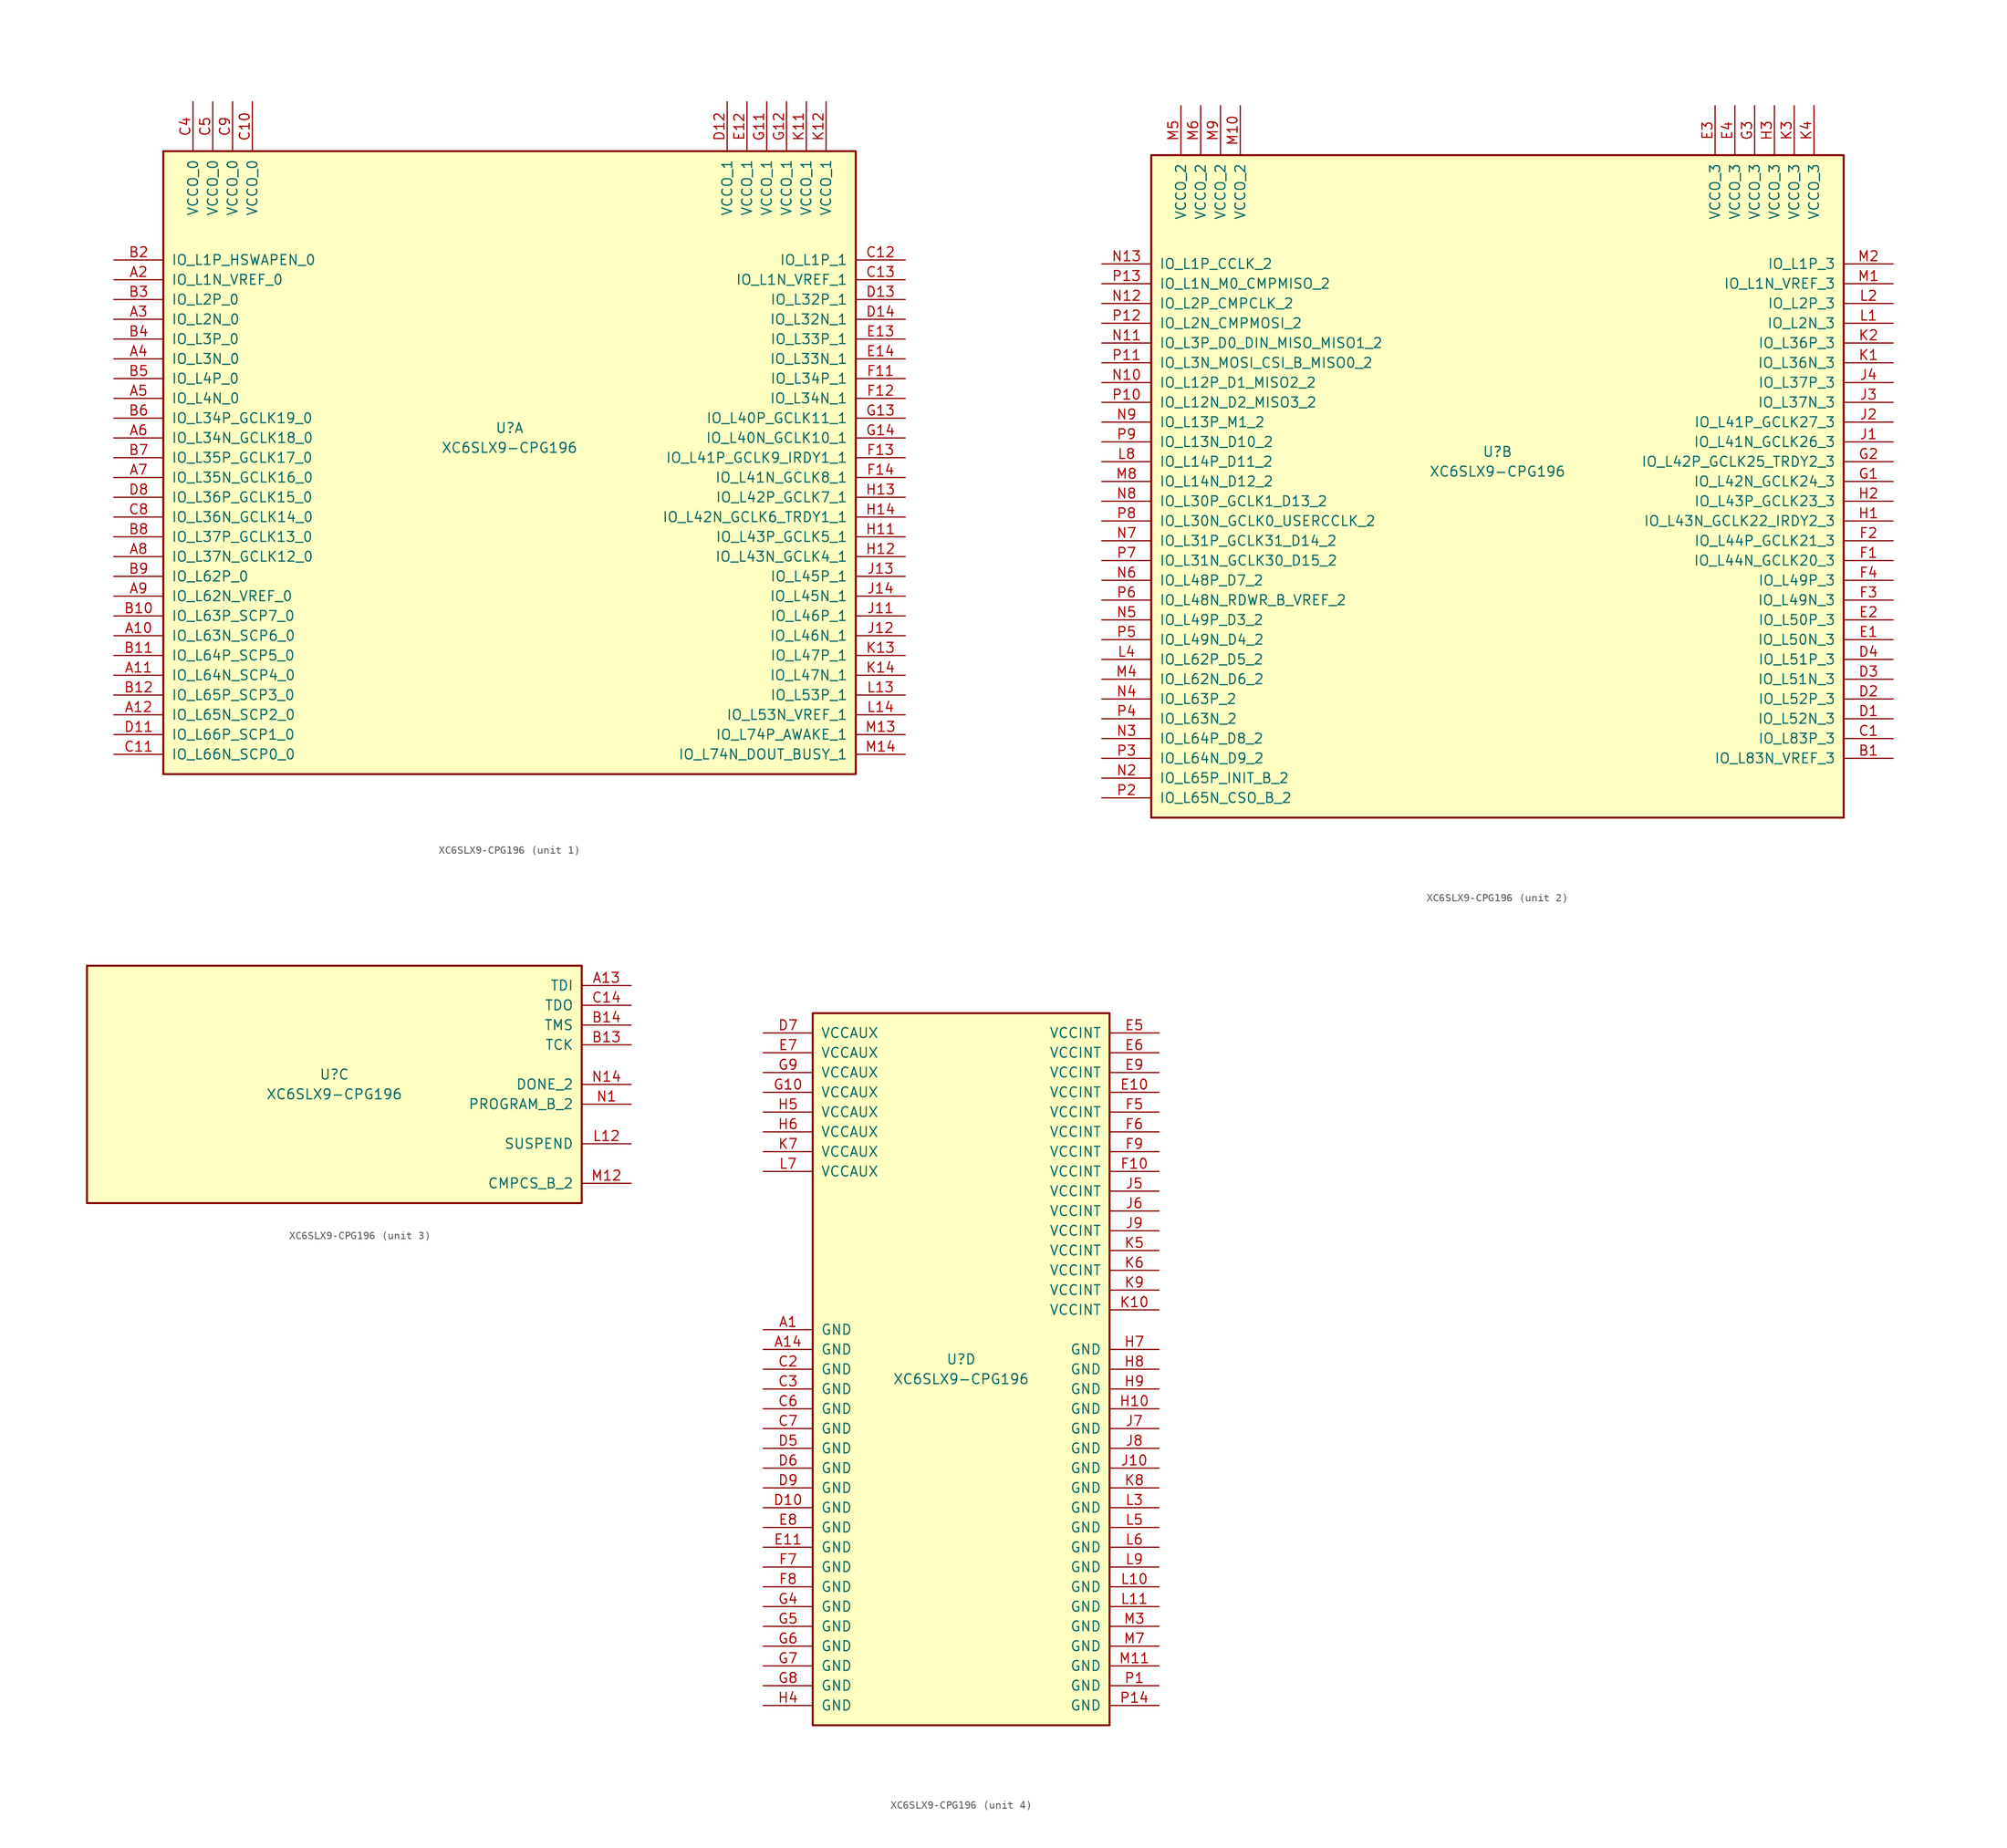
<source format=kicad_sym>
(kicad_symbol_lib
  (version 20201005)
  (generator kicad_symbol_editor)
  (symbol "XC6SLX9-CPG196"
    (pin_names
      (offset 1.016))
    (property "Reference" "U"
      (at 0 1.27 0)
      (effects (font (size 1.27 1.27))))
    (property "Value" "XC6SLX9-CPG196"
      (at 0 -1.27 0)
      (effects (font (size 1.27 1.27))))
    (property "Datasheet" ""
      (at 0 0 0)
      (effects (font (size 1.27 1.27))))
    (property "ki_locked" ""
      (at 0 0 0)
      (effects (font (size 1.27 1.27))))
    (symbol "XC6SLX9-CPG196_1_1"
      (rectangle (start -44.45 36.83) (end 44.45 -43.18) (stroke (width 0.254)) (fill (type background)))
      (pin bidirectional line (at -50.8 -25.4 0) (length 6.35) (name "IO_L63N_SCP6_0" (effects (font (size 1.27 1.27)))) (number "A10" (effects (font (size 1.27 1.27)))))
      (pin bidirectional line (at -50.8 -30.48 0) (length 6.35) (name "IO_L64N_SCP4_0" (effects (font (size 1.27 1.27)))) (number "A11" (effects (font (size 1.27 1.27)))))
      (pin bidirectional line (at -50.8 -35.56 0) (length 6.35) (name "IO_L65N_SCP2_0" (effects (font (size 1.27 1.27)))) (number "A12" (effects (font (size 1.27 1.27)))))
      (pin bidirectional line (at -50.8 20.32 0) (length 6.35) (name "IO_L1N_VREF_0" (effects (font (size 1.27 1.27)))) (number "A2" (effects (font (size 1.27 1.27)))))
      (pin bidirectional line (at -50.8 15.24 0) (length 6.35) (name "IO_L2N_0" (effects (font (size 1.27 1.27)))) (number "A3" (effects (font (size 1.27 1.27)))))
      (pin bidirectional line (at -50.8 10.16 0) (length 6.35) (name "IO_L3N_0" (effects (font (size 1.27 1.27)))) (number "A4" (effects (font (size 1.27 1.27)))))
      (pin bidirectional line (at -50.8 5.08 0) (length 6.35) (name "IO_L4N_0" (effects (font (size 1.27 1.27)))) (number "A5" (effects (font (size 1.27 1.27)))))
      (pin bidirectional line (at -50.8 0 0) (length 6.35) (name "IO_L34N_GCLK18_0" (effects (font (size 1.27 1.27)))) (number "A6" (effects (font (size 1.27 1.27)))))
      (pin bidirectional line (at -50.8 -5.08 0) (length 6.35) (name "IO_L35N_GCLK16_0" (effects (font (size 1.27 1.27)))) (number "A7" (effects (font (size 1.27 1.27)))))
      (pin bidirectional line (at -50.8 -15.24 0) (length 6.35) (name "IO_L37N_GCLK12_0" (effects (font (size 1.27 1.27)))) (number "A8" (effects (font (size 1.27 1.27)))))
      (pin bidirectional line (at -50.8 -20.32 0) (length 6.35) (name "IO_L62N_VREF_0" (effects (font (size 1.27 1.27)))) (number "A9" (effects (font (size 1.27 1.27)))))
      (pin bidirectional line (at -50.8 -22.86 0) (length 6.35) (name "IO_L63P_SCP7_0" (effects (font (size 1.27 1.27)))) (number "B10" (effects (font (size 1.27 1.27)))))
      (pin bidirectional line (at -50.8 -27.94 0) (length 6.35) (name "IO_L64P_SCP5_0" (effects (font (size 1.27 1.27)))) (number "B11" (effects (font (size 1.27 1.27)))))
      (pin bidirectional line (at -50.8 -33.02 0) (length 6.35) (name "IO_L65P_SCP3_0" (effects (font (size 1.27 1.27)))) (number "B12" (effects (font (size 1.27 1.27)))))
      (pin bidirectional line (at -50.8 22.86 0) (length 6.35) (name "IO_L1P_HSWAPEN_0" (effects (font (size 1.27 1.27)))) (number "B2" (effects (font (size 1.27 1.27)))))
      (pin bidirectional line (at -50.8 17.78 0) (length 6.35) (name "IO_L2P_0" (effects (font (size 1.27 1.27)))) (number "B3" (effects (font (size 1.27 1.27)))))
      (pin bidirectional line (at -50.8 12.7 0) (length 6.35) (name "IO_L3P_0" (effects (font (size 1.27 1.27)))) (number "B4" (effects (font (size 1.27 1.27)))))
      (pin bidirectional line (at -50.8 7.62 0) (length 6.35) (name "IO_L4P_0" (effects (font (size 1.27 1.27)))) (number "B5" (effects (font (size 1.27 1.27)))))
      (pin bidirectional line (at -50.8 2.54 0) (length 6.35) (name "IO_L34P_GCLK19_0" (effects (font (size 1.27 1.27)))) (number "B6" (effects (font (size 1.27 1.27)))))
      (pin bidirectional line (at -50.8 -2.54 0) (length 6.35) (name "IO_L35P_GCLK17_0" (effects (font (size 1.27 1.27)))) (number "B7" (effects (font (size 1.27 1.27)))))
      (pin bidirectional line (at -50.8 -12.7 0) (length 6.35) (name "IO_L37P_GCLK13_0" (effects (font (size 1.27 1.27)))) (number "B8" (effects (font (size 1.27 1.27)))))
      (pin bidirectional line (at -50.8 -17.78 0) (length 6.35) (name "IO_L62P_0" (effects (font (size 1.27 1.27)))) (number "B9" (effects (font (size 1.27 1.27)))))
      (pin power_in line (at -33.02 43.18 270) (length 6.35) (name "VCCO_0" (effects (font (size 1.27 1.27)))) (number "C10" (effects (font (size 1.27 1.27)))))
      (pin bidirectional line (at -50.8 -40.64 0) (length 6.35) (name "IO_L66N_SCP0_0" (effects (font (size 1.27 1.27)))) (number "C11" (effects (font (size 1.27 1.27)))))
      (pin bidirectional line (at 50.8 22.86 180) (length 6.35) (name "IO_L1P_1" (effects (font (size 1.27 1.27)))) (number "C12" (effects (font (size 1.27 1.27)))))
      (pin bidirectional line (at 50.8 20.32 180) (length 6.35) (name "IO_L1N_VREF_1" (effects (font (size 1.27 1.27)))) (number "C13" (effects (font (size 1.27 1.27)))))
      (pin power_in line (at -40.64 43.18 270) (length 6.35) (name "VCCO_0" (effects (font (size 1.27 1.27)))) (number "C4" (effects (font (size 1.27 1.27)))))
      (pin power_in line (at -38.1 43.18 270) (length 6.35) (name "VCCO_0" (effects (font (size 1.27 1.27)))) (number "C5" (effects (font (size 1.27 1.27)))))
      (pin bidirectional line (at -50.8 -10.16 0) (length 6.35) (name "IO_L36N_GCLK14_0" (effects (font (size 1.27 1.27)))) (number "C8" (effects (font (size 1.27 1.27)))))
      (pin power_in line (at -35.56 43.18 270) (length 6.35) (name "VCCO_0" (effects (font (size 1.27 1.27)))) (number "C9" (effects (font (size 1.27 1.27)))))
      (pin bidirectional line (at -50.8 -38.1 0) (length 6.35) (name "IO_L66P_SCP1_0" (effects (font (size 1.27 1.27)))) (number "D11" (effects (font (size 1.27 1.27)))))
      (pin power_in line (at 27.94 43.18 270) (length 6.35) (name "VCCO_1" (effects (font (size 1.27 1.27)))) (number "D12" (effects (font (size 1.27 1.27)))))
      (pin bidirectional line (at 50.8 17.78 180) (length 6.35) (name "IO_L32P_1" (effects (font (size 1.27 1.27)))) (number "D13" (effects (font (size 1.27 1.27)))))
      (pin bidirectional line (at 50.8 15.24 180) (length 6.35) (name "IO_L32N_1" (effects (font (size 1.27 1.27)))) (number "D14" (effects (font (size 1.27 1.27)))))
      (pin bidirectional line (at -50.8 -7.62 0) (length 6.35) (name "IO_L36P_GCLK15_0" (effects (font (size 1.27 1.27)))) (number "D8" (effects (font (size 1.27 1.27)))))
      (pin power_in line (at 30.48 43.18 270) (length 6.35) (name "VCCO_1" (effects (font (size 1.27 1.27)))) (number "E12" (effects (font (size 1.27 1.27)))))
      (pin bidirectional line (at 50.8 12.7 180) (length 6.35) (name "IO_L33P_1" (effects (font (size 1.27 1.27)))) (number "E13" (effects (font (size 1.27 1.27)))))
      (pin bidirectional line (at 50.8 10.16 180) (length 6.35) (name "IO_L33N_1" (effects (font (size 1.27 1.27)))) (number "E14" (effects (font (size 1.27 1.27)))))
      (pin bidirectional line (at 50.8 7.62 180) (length 6.35) (name "IO_L34P_1" (effects (font (size 1.27 1.27)))) (number "F11" (effects (font (size 1.27 1.27)))))
      (pin bidirectional line (at 50.8 5.08 180) (length 6.35) (name "IO_L34N_1" (effects (font (size 1.27 1.27)))) (number "F12" (effects (font (size 1.27 1.27)))))
      (pin bidirectional line (at 50.8 -2.54 180) (length 6.35) (name "IO_L41P_GCLK9_IRDY1_1" (effects (font (size 1.27 1.27)))) (number "F13" (effects (font (size 1.27 1.27)))))
      (pin bidirectional line (at 50.8 -5.08 180) (length 6.35) (name "IO_L41N_GCLK8_1" (effects (font (size 1.27 1.27)))) (number "F14" (effects (font (size 1.27 1.27)))))
      (pin power_in line (at 33.02 43.18 270) (length 6.35) (name "VCCO_1" (effects (font (size 1.27 1.27)))) (number "G11" (effects (font (size 1.27 1.27)))))
      (pin power_in line (at 35.56 43.18 270) (length 6.35) (name "VCCO_1" (effects (font (size 1.27 1.27)))) (number "G12" (effects (font (size 1.27 1.27)))))
      (pin bidirectional line (at 50.8 2.54 180) (length 6.35) (name "IO_L40P_GCLK11_1" (effects (font (size 1.27 1.27)))) (number "G13" (effects (font (size 1.27 1.27)))))
      (pin bidirectional line (at 50.8 0 180) (length 6.35) (name "IO_L40N_GCLK10_1" (effects (font (size 1.27 1.27)))) (number "G14" (effects (font (size 1.27 1.27)))))
      (pin bidirectional line (at 50.8 -12.7 180) (length 6.35) (name "IO_L43P_GCLK5_1" (effects (font (size 1.27 1.27)))) (number "H11" (effects (font (size 1.27 1.27)))))
      (pin bidirectional line (at 50.8 -15.24 180) (length 6.35) (name "IO_L43N_GCLK4_1" (effects (font (size 1.27 1.27)))) (number "H12" (effects (font (size 1.27 1.27)))))
      (pin bidirectional line (at 50.8 -7.62 180) (length 6.35) (name "IO_L42P_GCLK7_1" (effects (font (size 1.27 1.27)))) (number "H13" (effects (font (size 1.27 1.27)))))
      (pin bidirectional line (at 50.8 -10.16 180) (length 6.35) (name "IO_L42N_GCLK6_TRDY1_1" (effects (font (size 1.27 1.27)))) (number "H14" (effects (font (size 1.27 1.27)))))
      (pin bidirectional line (at 50.8 -22.86 180) (length 6.35) (name "IO_L46P_1" (effects (font (size 1.27 1.27)))) (number "J11" (effects (font (size 1.27 1.27)))))
      (pin bidirectional line (at 50.8 -25.4 180) (length 6.35) (name "IO_L46N_1" (effects (font (size 1.27 1.27)))) (number "J12" (effects (font (size 1.27 1.27)))))
      (pin bidirectional line (at 50.8 -17.78 180) (length 6.35) (name "IO_L45P_1" (effects (font (size 1.27 1.27)))) (number "J13" (effects (font (size 1.27 1.27)))))
      (pin bidirectional line (at 50.8 -20.32 180) (length 6.35) (name "IO_L45N_1" (effects (font (size 1.27 1.27)))) (number "J14" (effects (font (size 1.27 1.27)))))
      (pin power_in line (at 38.1 43.18 270) (length 6.35) (name "VCCO_1" (effects (font (size 1.27 1.27)))) (number "K11" (effects (font (size 1.27 1.27)))))
      (pin power_in line (at 40.64 43.18 270) (length 6.35) (name "VCCO_1" (effects (font (size 1.27 1.27)))) (number "K12" (effects (font (size 1.27 1.27)))))
      (pin bidirectional line (at 50.8 -27.94 180) (length 6.35) (name "IO_L47P_1" (effects (font (size 1.27 1.27)))) (number "K13" (effects (font (size 1.27 1.27)))))
      (pin bidirectional line (at 50.8 -30.48 180) (length 6.35) (name "IO_L47N_1" (effects (font (size 1.27 1.27)))) (number "K14" (effects (font (size 1.27 1.27)))))
      (pin bidirectional line (at 50.8 -33.02 180) (length 6.35) (name "IO_L53P_1" (effects (font (size 1.27 1.27)))) (number "L13" (effects (font (size 1.27 1.27)))))
      (pin bidirectional line (at 50.8 -35.56 180) (length 6.35) (name "IO_L53N_VREF_1" (effects (font (size 1.27 1.27)))) (number "L14" (effects (font (size 1.27 1.27)))))
      (pin bidirectional line (at 50.8 -38.1 180) (length 6.35) (name "IO_L74P_AWAKE_1" (effects (font (size 1.27 1.27)))) (number "M13" (effects (font (size 1.27 1.27)))))
      (pin bidirectional line (at 50.8 -40.64 180) (length 6.35) (name "IO_L74N_DOUT_BUSY_1" (effects (font (size 1.27 1.27)))) (number "M14" (effects (font (size 1.27 1.27))))))
    (symbol "XC6SLX9-CPG196_2_1"
      (rectangle (start -44.45 39.37) (end 44.45 -45.72) (stroke (width 0.254)) (fill (type background)))
      (pin bidirectional line (at 50.8 -38.1 180) (length 6.35) (name "IO_L83N_VREF_3" (effects (font (size 1.27 1.27)))) (number "B1" (effects (font (size 1.27 1.27)))))
      (pin bidirectional line (at 50.8 -35.56 180) (length 6.35) (name "IO_L83P_3" (effects (font (size 1.27 1.27)))) (number "C1" (effects (font (size 1.27 1.27)))))
      (pin bidirectional line (at 50.8 -33.02 180) (length 6.35) (name "IO_L52N_3" (effects (font (size 1.27 1.27)))) (number "D1" (effects (font (size 1.27 1.27)))))
      (pin bidirectional line (at 50.8 -30.48 180) (length 6.35) (name "IO_L52P_3" (effects (font (size 1.27 1.27)))) (number "D2" (effects (font (size 1.27 1.27)))))
      (pin bidirectional line (at 50.8 -27.94 180) (length 6.35) (name "IO_L51N_3" (effects (font (size 1.27 1.27)))) (number "D3" (effects (font (size 1.27 1.27)))))
      (pin bidirectional line (at 50.8 -25.4 180) (length 6.35) (name "IO_L51P_3" (effects (font (size 1.27 1.27)))) (number "D4" (effects (font (size 1.27 1.27)))))
      (pin bidirectional line (at 50.8 -22.86 180) (length 6.35) (name "IO_L50N_3" (effects (font (size 1.27 1.27)))) (number "E1" (effects (font (size 1.27 1.27)))))
      (pin bidirectional line (at 50.8 -20.32 180) (length 6.35) (name "IO_L50P_3" (effects (font (size 1.27 1.27)))) (number "E2" (effects (font (size 1.27 1.27)))))
      (pin power_in line (at 27.94 45.72 270) (length 6.35) (name "VCCO_3" (effects (font (size 1.27 1.27)))) (number "E3" (effects (font (size 1.27 1.27)))))
      (pin power_in line (at 30.48 45.72 270) (length 6.35) (name "VCCO_3" (effects (font (size 1.27 1.27)))) (number "E4" (effects (font (size 1.27 1.27)))))
      (pin bidirectional line (at 50.8 -12.7 180) (length 6.35) (name "IO_L44N_GCLK20_3" (effects (font (size 1.27 1.27)))) (number "F1" (effects (font (size 1.27 1.27)))))
      (pin bidirectional line (at 50.8 -10.16 180) (length 6.35) (name "IO_L44P_GCLK21_3" (effects (font (size 1.27 1.27)))) (number "F2" (effects (font (size 1.27 1.27)))))
      (pin bidirectional line (at 50.8 -17.78 180) (length 6.35) (name "IO_L49N_3" (effects (font (size 1.27 1.27)))) (number "F3" (effects (font (size 1.27 1.27)))))
      (pin bidirectional line (at 50.8 -15.24 180) (length 6.35) (name "IO_L49P_3" (effects (font (size 1.27 1.27)))) (number "F4" (effects (font (size 1.27 1.27)))))
      (pin bidirectional line (at 50.8 -2.54 180) (length 6.35) (name "IO_L42N_GCLK24_3" (effects (font (size 1.27 1.27)))) (number "G1" (effects (font (size 1.27 1.27)))))
      (pin bidirectional line (at 50.8 0 180) (length 6.35) (name "IO_L42P_GCLK25_TRDY2_3" (effects (font (size 1.27 1.27)))) (number "G2" (effects (font (size 1.27 1.27)))))
      (pin power_in line (at 33.02 45.72 270) (length 6.35) (name "VCCO_3" (effects (font (size 1.27 1.27)))) (number "G3" (effects (font (size 1.27 1.27)))))
      (pin bidirectional line (at 50.8 -7.62 180) (length 6.35) (name "IO_L43N_GCLK22_IRDY2_3" (effects (font (size 1.27 1.27)))) (number "H1" (effects (font (size 1.27 1.27)))))
      (pin bidirectional line (at 50.8 -5.08 180) (length 6.35) (name "IO_L43P_GCLK23_3" (effects (font (size 1.27 1.27)))) (number "H2" (effects (font (size 1.27 1.27)))))
      (pin power_in line (at 35.56 45.72 270) (length 6.35) (name "VCCO_3" (effects (font (size 1.27 1.27)))) (number "H3" (effects (font (size 1.27 1.27)))))
      (pin bidirectional line (at 50.8 2.54 180) (length 6.35) (name "IO_L41N_GCLK26_3" (effects (font (size 1.27 1.27)))) (number "J1" (effects (font (size 1.27 1.27)))))
      (pin bidirectional line (at 50.8 5.08 180) (length 6.35) (name "IO_L41P_GCLK27_3" (effects (font (size 1.27 1.27)))) (number "J2" (effects (font (size 1.27 1.27)))))
      (pin bidirectional line (at 50.8 7.62 180) (length 6.35) (name "IO_L37N_3" (effects (font (size 1.27 1.27)))) (number "J3" (effects (font (size 1.27 1.27)))))
      (pin bidirectional line (at 50.8 10.16 180) (length 6.35) (name "IO_L37P_3" (effects (font (size 1.27 1.27)))) (number "J4" (effects (font (size 1.27 1.27)))))
      (pin bidirectional line (at 50.8 12.7 180) (length 6.35) (name "IO_L36N_3" (effects (font (size 1.27 1.27)))) (number "K1" (effects (font (size 1.27 1.27)))))
      (pin bidirectional line (at 50.8 15.24 180) (length 6.35) (name "IO_L36P_3" (effects (font (size 1.27 1.27)))) (number "K2" (effects (font (size 1.27 1.27)))))
      (pin power_in line (at 38.1 45.72 270) (length 6.35) (name "VCCO_3" (effects (font (size 1.27 1.27)))) (number "K3" (effects (font (size 1.27 1.27)))))
      (pin power_in line (at 40.64 45.72 270) (length 6.35) (name "VCCO_3" (effects (font (size 1.27 1.27)))) (number "K4" (effects (font (size 1.27 1.27)))))
      (pin bidirectional line (at 50.8 17.78 180) (length 6.35) (name "IO_L2N_3" (effects (font (size 1.27 1.27)))) (number "L1" (effects (font (size 1.27 1.27)))))
      (pin bidirectional line (at 50.8 20.32 180) (length 6.35) (name "IO_L2P_3" (effects (font (size 1.27 1.27)))) (number "L2" (effects (font (size 1.27 1.27)))))
      (pin bidirectional line (at -50.8 -25.4 0) (length 6.35) (name "IO_L62P_D5_2" (effects (font (size 1.27 1.27)))) (number "L4" (effects (font (size 1.27 1.27)))))
      (pin bidirectional line (at -50.8 0 0) (length 6.35) (name "IO_L14P_D11_2" (effects (font (size 1.27 1.27)))) (number "L8" (effects (font (size 1.27 1.27)))))
      (pin bidirectional line (at 50.8 22.86 180) (length 6.35) (name "IO_L1N_VREF_3" (effects (font (size 1.27 1.27)))) (number "M1" (effects (font (size 1.27 1.27)))))
      (pin power_in line (at -33.02 45.72 270) (length 6.35) (name "VCCO_2" (effects (font (size 1.27 1.27)))) (number "M10" (effects (font (size 1.27 1.27)))))
      (pin bidirectional line (at 50.8 25.4 180) (length 6.35) (name "IO_L1P_3" (effects (font (size 1.27 1.27)))) (number "M2" (effects (font (size 1.27 1.27)))))
      (pin bidirectional line (at -50.8 -27.94 0) (length 6.35) (name "IO_L62N_D6_2" (effects (font (size 1.27 1.27)))) (number "M4" (effects (font (size 1.27 1.27)))))
      (pin power_in line (at -40.64 45.72 270) (length 6.35) (name "VCCO_2" (effects (font (size 1.27 1.27)))) (number "M5" (effects (font (size 1.27 1.27)))))
      (pin power_in line (at -38.1 45.72 270) (length 6.35) (name "VCCO_2" (effects (font (size 1.27 1.27)))) (number "M6" (effects (font (size 1.27 1.27)))))
      (pin bidirectional line (at -50.8 -2.54 0) (length 6.35) (name "IO_L14N_D12_2" (effects (font (size 1.27 1.27)))) (number "M8" (effects (font (size 1.27 1.27)))))
      (pin power_in line (at -35.56 45.72 270) (length 6.35) (name "VCCO_2" (effects (font (size 1.27 1.27)))) (number "M9" (effects (font (size 1.27 1.27)))))
      (pin bidirectional line (at -50.8 10.16 0) (length 6.35) (name "IO_L12P_D1_MISO2_2" (effects (font (size 1.27 1.27)))) (number "N10" (effects (font (size 1.27 1.27)))))
      (pin bidirectional line (at -50.8 15.24 0) (length 6.35) (name "IO_L3P_D0_DIN_MISO_MISO1_2" (effects (font (size 1.27 1.27)))) (number "N11" (effects (font (size 1.27 1.27)))))
      (pin bidirectional line (at -50.8 20.32 0) (length 6.35) (name "IO_L2P_CMPCLK_2" (effects (font (size 1.27 1.27)))) (number "N12" (effects (font (size 1.27 1.27)))))
      (pin bidirectional line (at -50.8 25.4 0) (length 6.35) (name "IO_L1P_CCLK_2" (effects (font (size 1.27 1.27)))) (number "N13" (effects (font (size 1.27 1.27)))))
      (pin bidirectional line (at -50.8 -40.64 0) (length 6.35) (name "IO_L65P_INIT_B_2" (effects (font (size 1.27 1.27)))) (number "N2" (effects (font (size 1.27 1.27)))))
      (pin bidirectional line (at -50.8 -35.56 0) (length 6.35) (name "IO_L64P_D8_2" (effects (font (size 1.27 1.27)))) (number "N3" (effects (font (size 1.27 1.27)))))
      (pin bidirectional line (at -50.8 -30.48 0) (length 6.35) (name "IO_L63P_2" (effects (font (size 1.27 1.27)))) (number "N4" (effects (font (size 1.27 1.27)))))
      (pin bidirectional line (at -50.8 -20.32 0) (length 6.35) (name "IO_L49P_D3_2" (effects (font (size 1.27 1.27)))) (number "N5" (effects (font (size 1.27 1.27)))))
      (pin bidirectional line (at -50.8 -15.24 0) (length 6.35) (name "IO_L48P_D7_2" (effects (font (size 1.27 1.27)))) (number "N6" (effects (font (size 1.27 1.27)))))
      (pin bidirectional line (at -50.8 -10.16 0) (length 6.35) (name "IO_L31P_GCLK31_D14_2" (effects (font (size 1.27 1.27)))) (number "N7" (effects (font (size 1.27 1.27)))))
      (pin bidirectional line (at -50.8 -5.08 0) (length 6.35) (name "IO_L30P_GCLK1_D13_2" (effects (font (size 1.27 1.27)))) (number "N8" (effects (font (size 1.27 1.27)))))
      (pin bidirectional line (at -50.8 5.08 0) (length 6.35) (name "IO_L13P_M1_2" (effects (font (size 1.27 1.27)))) (number "N9" (effects (font (size 1.27 1.27)))))
      (pin bidirectional line (at -50.8 7.62 0) (length 6.35) (name "IO_L12N_D2_MISO3_2" (effects (font (size 1.27 1.27)))) (number "P10" (effects (font (size 1.27 1.27)))))
      (pin bidirectional line (at -50.8 12.7 0) (length 6.35) (name "IO_L3N_MOSI_CSI_B_MISO0_2" (effects (font (size 1.27 1.27)))) (number "P11" (effects (font (size 1.27 1.27)))))
      (pin bidirectional line (at -50.8 17.78 0) (length 6.35) (name "IO_L2N_CMPMOSI_2" (effects (font (size 1.27 1.27)))) (number "P12" (effects (font (size 1.27 1.27)))))
      (pin bidirectional line (at -50.8 22.86 0) (length 6.35) (name "IO_L1N_M0_CMPMISO_2" (effects (font (size 1.27 1.27)))) (number "P13" (effects (font (size 1.27 1.27)))))
      (pin bidirectional line (at -50.8 -43.18 0) (length 6.35) (name "IO_L65N_CSO_B_2" (effects (font (size 1.27 1.27)))) (number "P2" (effects (font (size 1.27 1.27)))))
      (pin bidirectional line (at -50.8 -38.1 0) (length 6.35) (name "IO_L64N_D9_2" (effects (font (size 1.27 1.27)))) (number "P3" (effects (font (size 1.27 1.27)))))
      (pin bidirectional line (at -50.8 -33.02 0) (length 6.35) (name "IO_L63N_2" (effects (font (size 1.27 1.27)))) (number "P4" (effects (font (size 1.27 1.27)))))
      (pin bidirectional line (at -50.8 -22.86 0) (length 6.35) (name "IO_L49N_D4_2" (effects (font (size 1.27 1.27)))) (number "P5" (effects (font (size 1.27 1.27)))))
      (pin bidirectional line (at -50.8 -17.78 0) (length 6.35) (name "IO_L48N_RDWR_B_VREF_2" (effects (font (size 1.27 1.27)))) (number "P6" (effects (font (size 1.27 1.27)))))
      (pin bidirectional line (at -50.8 -12.7 0) (length 6.35) (name "IO_L31N_GCLK30_D15_2" (effects (font (size 1.27 1.27)))) (number "P7" (effects (font (size 1.27 1.27)))))
      (pin bidirectional line (at -50.8 -7.62 0) (length 6.35) (name "IO_L30N_GCLK0_USERCCLK_2" (effects (font (size 1.27 1.27)))) (number "P8" (effects (font (size 1.27 1.27)))))
      (pin bidirectional line (at -50.8 2.54 0) (length 6.35) (name "IO_L13N_D10_2" (effects (font (size 1.27 1.27)))) (number "P9" (effects (font (size 1.27 1.27))))))
    (symbol "XC6SLX9-CPG196_3_1"
      (rectangle (start -31.75 15.24) (end 31.75 -15.24) (stroke (width 0.254)) (fill (type background)))
      (pin bidirectional line (at 38.1 12.7 180) (length 6.35) (name "TDI" (effects (font (size 1.27 1.27)))) (number "A13" (effects (font (size 1.27 1.27)))))
      (pin bidirectional line (at 38.1 5.08 180) (length 6.35) (name "TCK" (effects (font (size 1.27 1.27)))) (number "B13" (effects (font (size 1.27 1.27)))))
      (pin bidirectional line (at 38.1 7.62 180) (length 6.35) (name "TMS" (effects (font (size 1.27 1.27)))) (number "B14" (effects (font (size 1.27 1.27)))))
      (pin bidirectional line (at 38.1 10.16 180) (length 6.35) (name "TDO" (effects (font (size 1.27 1.27)))) (number "C14" (effects (font (size 1.27 1.27)))))
      (pin bidirectional line (at 38.1 -7.62 180) (length 6.35) (name "SUSPEND" (effects (font (size 1.27 1.27)))) (number "L12" (effects (font (size 1.27 1.27)))))
      (pin bidirectional line (at 38.1 -12.7 180) (length 6.35) (name "CMPCS_B_2" (effects (font (size 1.27 1.27)))) (number "M12" (effects (font (size 1.27 1.27)))))
      (pin bidirectional line (at 38.1 -2.54 180) (length 6.35) (name "PROGRAM_B_2" (effects (font (size 1.27 1.27)))) (number "N1" (effects (font (size 1.27 1.27)))))
      (pin bidirectional line (at 38.1 0 180) (length 6.35) (name "DONE_2" (effects (font (size 1.27 1.27)))) (number "N14" (effects (font (size 1.27 1.27))))))
    (symbol "XC6SLX9-CPG196_4_1"
      (rectangle (start -19.05 45.72) (end 19.05 -45.72) (stroke (width 0.254)) (fill (type background)))
      (pin power_in line (at -25.4 5.08 0) (length 6.35) (name "GND" (effects (font (size 1.27 1.27)))) (number "A1" (effects (font (size 1.27 1.27)))))
      (pin power_in line (at -25.4 2.54 0) (length 6.35) (name "GND" (effects (font (size 1.27 1.27)))) (number "A14" (effects (font (size 1.27 1.27)))))
      (pin power_in line (at -25.4 0 0) (length 6.35) (name "GND" (effects (font (size 1.27 1.27)))) (number "C2" (effects (font (size 1.27 1.27)))))
      (pin power_in line (at -25.4 -2.54 0) (length 6.35) (name "GND" (effects (font (size 1.27 1.27)))) (number "C3" (effects (font (size 1.27 1.27)))))
      (pin power_in line (at -25.4 -5.08 0) (length 6.35) (name "GND" (effects (font (size 1.27 1.27)))) (number "C6" (effects (font (size 1.27 1.27)))))
      (pin power_in line (at -25.4 -7.62 0) (length 6.35) (name "GND" (effects (font (size 1.27 1.27)))) (number "C7" (effects (font (size 1.27 1.27)))))
      (pin power_in line (at -25.4 -17.78 0) (length 6.35) (name "GND" (effects (font (size 1.27 1.27)))) (number "D10" (effects (font (size 1.27 1.27)))))
      (pin power_in line (at -25.4 -10.16 0) (length 6.35) (name "GND" (effects (font (size 1.27 1.27)))) (number "D5" (effects (font (size 1.27 1.27)))))
      (pin power_in line (at -25.4 -12.7 0) (length 6.35) (name "GND" (effects (font (size 1.27 1.27)))) (number "D6" (effects (font (size 1.27 1.27)))))
      (pin power_in line (at -25.4 43.18 0) (length 6.35) (name "VCCAUX" (effects (font (size 1.27 1.27)))) (number "D7" (effects (font (size 1.27 1.27)))))
      (pin power_in line (at -25.4 -15.24 0) (length 6.35) (name "GND" (effects (font (size 1.27 1.27)))) (number "D9" (effects (font (size 1.27 1.27)))))
      (pin power_in line (at 25.4 35.56 180) (length 6.35) (name "VCCINT" (effects (font (size 1.27 1.27)))) (number "E10" (effects (font (size 1.27 1.27)))))
      (pin power_in line (at -25.4 -22.86 0) (length 6.35) (name "GND" (effects (font (size 1.27 1.27)))) (number "E11" (effects (font (size 1.27 1.27)))))
      (pin power_in line (at 25.4 43.18 180) (length 6.35) (name "VCCINT" (effects (font (size 1.27 1.27)))) (number "E5" (effects (font (size 1.27 1.27)))))
      (pin power_in line (at 25.4 40.64 180) (length 6.35) (name "VCCINT" (effects (font (size 1.27 1.27)))) (number "E6" (effects (font (size 1.27 1.27)))))
      (pin power_in line (at -25.4 40.64 0) (length 6.35) (name "VCCAUX" (effects (font (size 1.27 1.27)))) (number "E7" (effects (font (size 1.27 1.27)))))
      (pin power_in line (at -25.4 -20.32 0) (length 6.35) (name "GND" (effects (font (size 1.27 1.27)))) (number "E8" (effects (font (size 1.27 1.27)))))
      (pin power_in line (at 25.4 38.1 180) (length 6.35) (name "VCCINT" (effects (font (size 1.27 1.27)))) (number "E9" (effects (font (size 1.27 1.27)))))
      (pin power_in line (at 25.4 25.4 180) (length 6.35) (name "VCCINT" (effects (font (size 1.27 1.27)))) (number "F10" (effects (font (size 1.27 1.27)))))
      (pin power_in line (at 25.4 33.02 180) (length 6.35) (name "VCCINT" (effects (font (size 1.27 1.27)))) (number "F5" (effects (font (size 1.27 1.27)))))
      (pin power_in line (at 25.4 30.48 180) (length 6.35) (name "VCCINT" (effects (font (size 1.27 1.27)))) (number "F6" (effects (font (size 1.27 1.27)))))
      (pin power_in line (at -25.4 -25.4 0) (length 6.35) (name "GND" (effects (font (size 1.27 1.27)))) (number "F7" (effects (font (size 1.27 1.27)))))
      (pin power_in line (at -25.4 -27.94 0) (length 6.35) (name "GND" (effects (font (size 1.27 1.27)))) (number "F8" (effects (font (size 1.27 1.27)))))
      (pin power_in line (at 25.4 27.94 180) (length 6.35) (name "VCCINT" (effects (font (size 1.27 1.27)))) (number "F9" (effects (font (size 1.27 1.27)))))
      (pin power_in line (at -25.4 35.56 0) (length 6.35) (name "VCCAUX" (effects (font (size 1.27 1.27)))) (number "G10" (effects (font (size 1.27 1.27)))))
      (pin power_in line (at -25.4 -30.48 0) (length 6.35) (name "GND" (effects (font (size 1.27 1.27)))) (number "G4" (effects (font (size 1.27 1.27)))))
      (pin power_in line (at -25.4 -33.02 0) (length 6.35) (name "GND" (effects (font (size 1.27 1.27)))) (number "G5" (effects (font (size 1.27 1.27)))))
      (pin power_in line (at -25.4 -35.56 0) (length 6.35) (name "GND" (effects (font (size 1.27 1.27)))) (number "G6" (effects (font (size 1.27 1.27)))))
      (pin power_in line (at -25.4 -38.1 0) (length 6.35) (name "GND" (effects (font (size 1.27 1.27)))) (number "G7" (effects (font (size 1.27 1.27)))))
      (pin power_in line (at -25.4 -40.64 0) (length 6.35) (name "GND" (effects (font (size 1.27 1.27)))) (number "G8" (effects (font (size 1.27 1.27)))))
      (pin power_in line (at -25.4 38.1 0) (length 6.35) (name "VCCAUX" (effects (font (size 1.27 1.27)))) (number "G9" (effects (font (size 1.27 1.27)))))
      (pin power_in line (at 25.4 -5.08 180) (length 6.35) (name "GND" (effects (font (size 1.27 1.27)))) (number "H10" (effects (font (size 1.27 1.27)))))
      (pin power_in line (at -25.4 -43.18 0) (length 6.35) (name "GND" (effects (font (size 1.27 1.27)))) (number "H4" (effects (font (size 1.27 1.27)))))
      (pin power_in line (at -25.4 33.02 0) (length 6.35) (name "VCCAUX" (effects (font (size 1.27 1.27)))) (number "H5" (effects (font (size 1.27 1.27)))))
      (pin power_in line (at -25.4 30.48 0) (length 6.35) (name "VCCAUX" (effects (font (size 1.27 1.27)))) (number "H6" (effects (font (size 1.27 1.27)))))
      (pin power_in line (at 25.4 2.54 180) (length 6.35) (name "GND" (effects (font (size 1.27 1.27)))) (number "H7" (effects (font (size 1.27 1.27)))))
      (pin power_in line (at 25.4 0 180) (length 6.35) (name "GND" (effects (font (size 1.27 1.27)))) (number "H8" (effects (font (size 1.27 1.27)))))
      (pin power_in line (at 25.4 -2.54 180) (length 6.35) (name "GND" (effects (font (size 1.27 1.27)))) (number "H9" (effects (font (size 1.27 1.27)))))
      (pin power_in line (at 25.4 -12.7 180) (length 6.35) (name "GND" (effects (font (size 1.27 1.27)))) (number "J10" (effects (font (size 1.27 1.27)))))
      (pin power_in line (at 25.4 22.86 180) (length 6.35) (name "VCCINT" (effects (font (size 1.27 1.27)))) (number "J5" (effects (font (size 1.27 1.27)))))
      (pin power_in line (at 25.4 20.32 180) (length 6.35) (name "VCCINT" (effects (font (size 1.27 1.27)))) (number "J6" (effects (font (size 1.27 1.27)))))
      (pin power_in line (at 25.4 -7.62 180) (length 6.35) (name "GND" (effects (font (size 1.27 1.27)))) (number "J7" (effects (font (size 1.27 1.27)))))
      (pin power_in line (at 25.4 -10.16 180) (length 6.35) (name "GND" (effects (font (size 1.27 1.27)))) (number "J8" (effects (font (size 1.27 1.27)))))
      (pin power_in line (at 25.4 17.78 180) (length 6.35) (name "VCCINT" (effects (font (size 1.27 1.27)))) (number "J9" (effects (font (size 1.27 1.27)))))
      (pin power_in line (at 25.4 7.62 180) (length 6.35) (name "VCCINT" (effects (font (size 1.27 1.27)))) (number "K10" (effects (font (size 1.27 1.27)))))
      (pin power_in line (at 25.4 15.24 180) (length 6.35) (name "VCCINT" (effects (font (size 1.27 1.27)))) (number "K5" (effects (font (size 1.27 1.27)))))
      (pin power_in line (at 25.4 12.7 180) (length 6.35) (name "VCCINT" (effects (font (size 1.27 1.27)))) (number "K6" (effects (font (size 1.27 1.27)))))
      (pin power_in line (at -25.4 27.94 0) (length 6.35) (name "VCCAUX" (effects (font (size 1.27 1.27)))) (number "K7" (effects (font (size 1.27 1.27)))))
      (pin power_in line (at 25.4 -15.24 180) (length 6.35) (name "GND" (effects (font (size 1.27 1.27)))) (number "K8" (effects (font (size 1.27 1.27)))))
      (pin power_in line (at 25.4 10.16 180) (length 6.35) (name "VCCINT" (effects (font (size 1.27 1.27)))) (number "K9" (effects (font (size 1.27 1.27)))))
      (pin power_in line (at 25.4 -27.94 180) (length 6.35) (name "GND" (effects (font (size 1.27 1.27)))) (number "L10" (effects (font (size 1.27 1.27)))))
      (pin power_in line (at 25.4 -30.48 180) (length 6.35) (name "GND" (effects (font (size 1.27 1.27)))) (number "L11" (effects (font (size 1.27 1.27)))))
      (pin power_in line (at 25.4 -17.78 180) (length 6.35) (name "GND" (effects (font (size 1.27 1.27)))) (number "L3" (effects (font (size 1.27 1.27)))))
      (pin power_in line (at 25.4 -20.32 180) (length 6.35) (name "GND" (effects (font (size 1.27 1.27)))) (number "L5" (effects (font (size 1.27 1.27)))))
      (pin power_in line (at 25.4 -22.86 180) (length 6.35) (name "GND" (effects (font (size 1.27 1.27)))) (number "L6" (effects (font (size 1.27 1.27)))))
      (pin power_in line (at -25.4 25.4 0) (length 6.35) (name "VCCAUX" (effects (font (size 1.27 1.27)))) (number "L7" (effects (font (size 1.27 1.27)))))
      (pin power_in line (at 25.4 -25.4 180) (length 6.35) (name "GND" (effects (font (size 1.27 1.27)))) (number "L9" (effects (font (size 1.27 1.27)))))
      (pin power_in line (at 25.4 -38.1 180) (length 6.35) (name "GND" (effects (font (size 1.27 1.27)))) (number "M11" (effects (font (size 1.27 1.27)))))
      (pin power_in line (at 25.4 -33.02 180) (length 6.35) (name "GND" (effects (font (size 1.27 1.27)))) (number "M3" (effects (font (size 1.27 1.27)))))
      (pin power_in line (at 25.4 -35.56 180) (length 6.35) (name "GND" (effects (font (size 1.27 1.27)))) (number "M7" (effects (font (size 1.27 1.27)))))
      (pin power_in line (at 25.4 -40.64 180) (length 6.35) (name "GND" (effects (font (size 1.27 1.27)))) (number "P1" (effects (font (size 1.27 1.27)))))
      (pin power_in line (at 25.4 -43.18 180) (length 6.35) (name "GND" (effects (font (size 1.27 1.27)))) (number "P14" (effects (font (size 1.27 1.27))))))))
</source>
